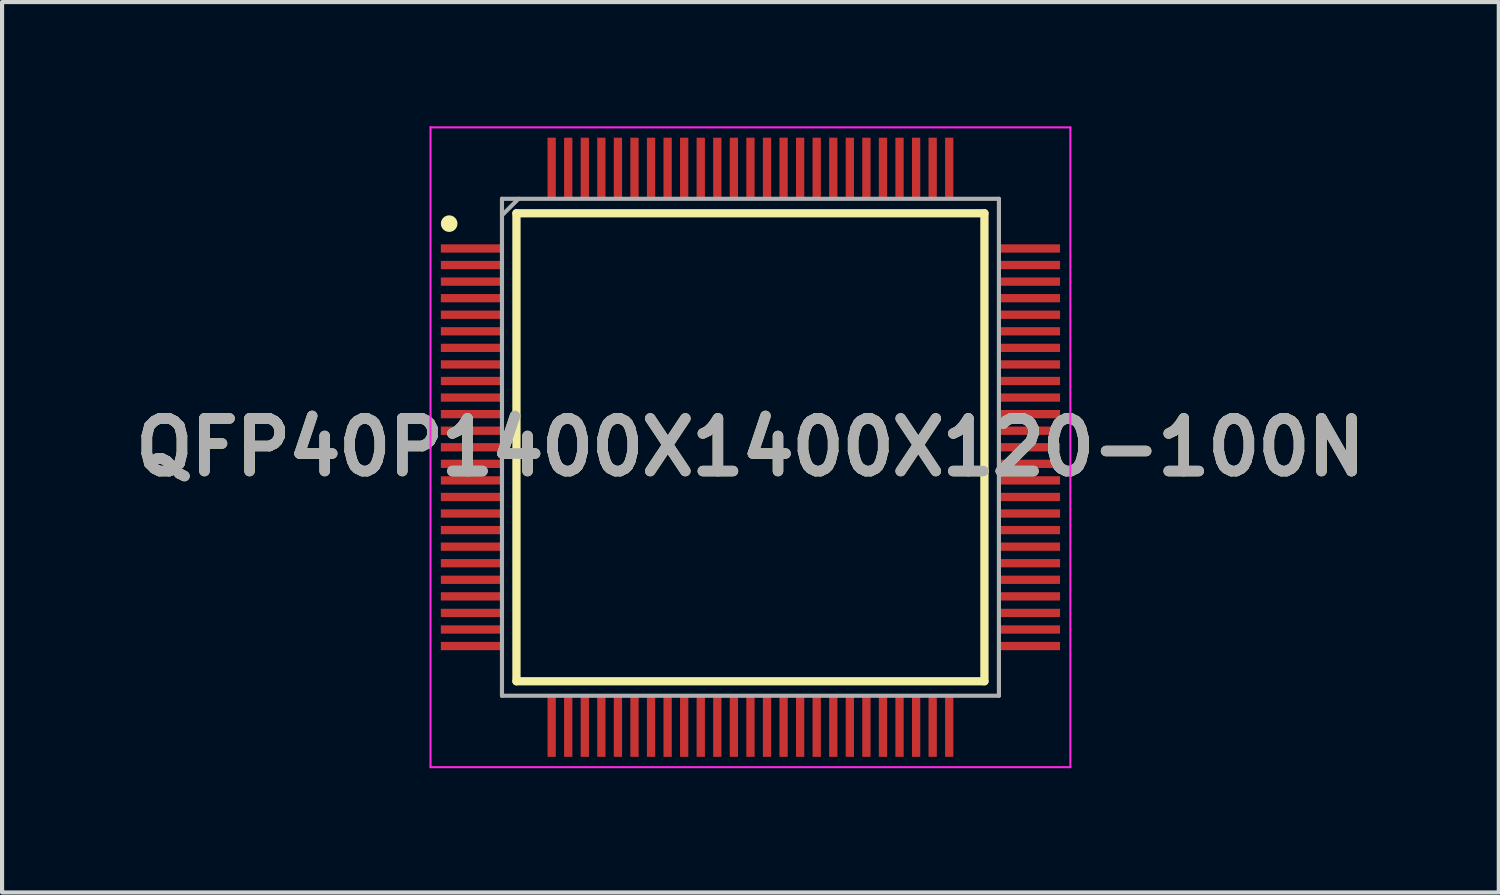
<source format=kicad_pcb>
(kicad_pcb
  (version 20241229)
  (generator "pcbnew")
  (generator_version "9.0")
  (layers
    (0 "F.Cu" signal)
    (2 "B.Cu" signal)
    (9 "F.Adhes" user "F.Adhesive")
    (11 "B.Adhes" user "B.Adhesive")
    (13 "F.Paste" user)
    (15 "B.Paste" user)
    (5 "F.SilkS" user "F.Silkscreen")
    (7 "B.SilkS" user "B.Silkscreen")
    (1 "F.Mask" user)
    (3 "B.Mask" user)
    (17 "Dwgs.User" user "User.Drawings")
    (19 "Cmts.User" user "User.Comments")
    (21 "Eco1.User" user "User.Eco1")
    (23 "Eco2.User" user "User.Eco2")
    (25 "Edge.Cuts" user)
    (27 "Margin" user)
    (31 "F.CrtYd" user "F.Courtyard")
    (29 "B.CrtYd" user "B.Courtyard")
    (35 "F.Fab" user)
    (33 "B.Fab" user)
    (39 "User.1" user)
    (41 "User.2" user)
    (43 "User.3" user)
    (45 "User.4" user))
  (footprint "QFP40P1400X1400X120-100N"
    (layer "F.Cu")
    (at 15.071 7.75)
    (property "Reference" "QFP40P1400X1400X120-100N" (at 0 0 0) (layer "F.SilkS") (effects (font (size 1.27 1.27) (thickness 0.254))))
    (attr smd)
    (fp_line (start -5.65 -5.65) (end 5.65 -5.65) (stroke (width 0.2) (type solid)) (layer "F.SilkS"))
    (fp_line (start -5.65 5.65) (end -5.65 -5.65) (stroke (width 0.2) (type solid)) (layer "F.SilkS"))
    (fp_line (start 5.65 -5.65) (end 5.65 5.65) (stroke (width 0.2) (type solid)) (layer "F.SilkS"))
    (fp_line (start 5.65 5.65) (end -5.65 5.65) (stroke (width 0.2) (type solid)) (layer "F.SilkS"))
    (fp_circle (center -7.275 -5.4) (end -7.275 -5.3) (stroke (width 0.2) (type solid)) (fill no) (layer "F.SilkS"))
    (fp_line (start -7.725 -7.725) (end 7.725 -7.725) (stroke (width 0.05) (type solid)) (layer "F.CrtYd"))
    (fp_line (start -7.725 7.725) (end -7.725 -7.725) (stroke (width 0.05) (type solid)) (layer "F.CrtYd"))
    (fp_line (start 7.725 -7.725) (end 7.725 7.725) (stroke (width 0.05) (type solid)) (layer "F.CrtYd"))
    (fp_line (start 7.725 7.725) (end -7.725 7.725) (stroke (width 0.05) (type solid)) (layer "F.CrtYd"))
    (fp_line (start -6 -6) (end 6 -6) (stroke (width 0.1) (type solid)) (layer "F.Fab"))
    (fp_line (start -6 -5.6) (end -5.6 -6) (stroke (width 0.1) (type solid)) (layer "F.Fab"))
    (fp_line (start -6 6) (end -6 -6) (stroke (width 0.1) (type solid)) (layer "F.Fab"))
    (fp_line (start 6 -6) (end 6 6) (stroke (width 0.1) (type solid)) (layer "F.Fab"))
    (fp_line (start 6 6) (end -6 6) (stroke (width 0.1) (type solid)) (layer "F.Fab"))
    (fp_text user "${REFERENCE}" (at 0 0 0) (layer "F.Fab") (effects (font (size 1.27 1.27) (thickness 0.254))))
    (pad "1" smd rect (at -6.738 -4.8 90) (size 0.2 1.475) (layers "F.Cu" "F.Mask" "F.Paste"))
    (pad "2" smd rect (at -6.738 -4.4 90) (size 0.2 1.475) (layers "F.Cu" "F.Mask" "F.Paste"))
    (pad "3" smd rect (at -6.738 -4 90) (size 0.2 1.475) (layers "F.Cu" "F.Mask" "F.Paste"))
    (pad "4" smd rect (at -6.738 -3.6 90) (size 0.2 1.475) (layers "F.Cu" "F.Mask" "F.Paste"))
    (pad "5" smd rect (at -6.738 -3.2 90) (size 0.2 1.475) (layers "F.Cu" "F.Mask" "F.Paste"))
    (pad "6" smd rect (at -6.738 -2.8 90) (size 0.2 1.475) (layers "F.Cu" "F.Mask" "F.Paste"))
    (pad "7" smd rect (at -6.738 -2.4 90) (size 0.2 1.475) (layers "F.Cu" "F.Mask" "F.Paste"))
    (pad "8" smd rect (at -6.738 -2 90) (size 0.2 1.475) (layers "F.Cu" "F.Mask" "F.Paste"))
    (pad "9" smd rect (at -6.738 -1.6 90) (size 0.2 1.475) (layers "F.Cu" "F.Mask" "F.Paste"))
    (pad "10" smd rect (at -6.738 -1.2 90) (size 0.2 1.475) (layers "F.Cu" "F.Mask" "F.Paste"))
    (pad "11" smd rect (at -6.738 -0.8 90) (size 0.2 1.475) (layers "F.Cu" "F.Mask" "F.Paste"))
    (pad "12" smd rect (at -6.738 -0.4 90) (size 0.2 1.475) (layers "F.Cu" "F.Mask" "F.Paste"))
    (pad "13" smd rect (at -6.738 0 90) (size 0.2 1.475) (layers "F.Cu" "F.Mask" "F.Paste"))
    (pad "14" smd rect (at -6.738 0.4 90) (size 0.2 1.475) (layers "F.Cu" "F.Mask" "F.Paste"))
    (pad "15" smd rect (at -6.738 0.8 90) (size 0.2 1.475) (layers "F.Cu" "F.Mask" "F.Paste"))
    (pad "16" smd rect (at -6.738 1.2 90) (size 0.2 1.475) (layers "F.Cu" "F.Mask" "F.Paste"))
    (pad "17" smd rect (at -6.738 1.6 90) (size 0.2 1.475) (layers "F.Cu" "F.Mask" "F.Paste"))
    (pad "18" smd rect (at -6.738 2 90) (size 0.2 1.475) (layers "F.Cu" "F.Mask" "F.Paste"))
    (pad "19" smd rect (at -6.738 2.4 90) (size 0.2 1.475) (layers "F.Cu" "F.Mask" "F.Paste"))
    (pad "20" smd rect (at -6.738 2.8 90) (size 0.2 1.475) (layers "F.Cu" "F.Mask" "F.Paste"))
    (pad "21" smd rect (at -6.738 3.2 90) (size 0.2 1.475) (layers "F.Cu" "F.Mask" "F.Paste"))
    (pad "22" smd rect (at -6.738 3.6 90) (size 0.2 1.475) (layers "F.Cu" "F.Mask" "F.Paste"))
    (pad "23" smd rect (at -6.738 4 90) (size 0.2 1.475) (layers "F.Cu" "F.Mask" "F.Paste"))
    (pad "24" smd rect (at -6.738 4.4 90) (size 0.2 1.475) (layers "F.Cu" "F.Mask" "F.Paste"))
    (pad "25" smd rect (at -6.738 4.8 90) (size 0.2 1.475) (layers "F.Cu" "F.Mask" "F.Paste"))
    (pad "26" smd rect (at -4.8 6.738) (size 0.2 1.475) (layers "F.Cu" "F.Mask" "F.Paste"))
    (pad "27" smd rect (at -4.4 6.738) (size 0.2 1.475) (layers "F.Cu" "F.Mask" "F.Paste"))
    (pad "28" smd rect (at -4 6.738) (size 0.2 1.475) (layers "F.Cu" "F.Mask" "F.Paste"))
    (pad "29" smd rect (at -3.6 6.738) (size 0.2 1.475) (layers "F.Cu" "F.Mask" "F.Paste"))
    (pad "30" smd rect (at -3.2 6.738) (size 0.2 1.475) (layers "F.Cu" "F.Mask" "F.Paste"))
    (pad "31" smd rect (at -2.8 6.738) (size 0.2 1.475) (layers "F.Cu" "F.Mask" "F.Paste"))
    (pad "32" smd rect (at -2.4 6.738) (size 0.2 1.475) (layers "F.Cu" "F.Mask" "F.Paste"))
    (pad "33" smd rect (at -2 6.738) (size 0.2 1.475) (layers "F.Cu" "F.Mask" "F.Paste"))
    (pad "34" smd rect (at -1.6 6.738) (size 0.2 1.475) (layers "F.Cu" "F.Mask" "F.Paste"))
    (pad "35" smd rect (at -1.2 6.738) (size 0.2 1.475) (layers "F.Cu" "F.Mask" "F.Paste"))
    (pad "36" smd rect (at -0.8 6.738) (size 0.2 1.475) (layers "F.Cu" "F.Mask" "F.Paste"))
    (pad "37" smd rect (at -0.4 6.738) (size 0.2 1.475) (layers "F.Cu" "F.Mask" "F.Paste"))
    (pad "38" smd rect (at 0 6.738) (size 0.2 1.475) (layers "F.Cu" "F.Mask" "F.Paste"))
    (pad "39" smd rect (at 0.4 6.738) (size 0.2 1.475) (layers "F.Cu" "F.Mask" "F.Paste"))
    (pad "40" smd rect (at 0.8 6.738) (size 0.2 1.475) (layers "F.Cu" "F.Mask" "F.Paste"))
    (pad "41" smd rect (at 1.2 6.738) (size 0.2 1.475) (layers "F.Cu" "F.Mask" "F.Paste"))
    (pad "42" smd rect (at 1.6 6.738) (size 0.2 1.475) (layers "F.Cu" "F.Mask" "F.Paste"))
    (pad "43" smd rect (at 2 6.738) (size 0.2 1.475) (layers "F.Cu" "F.Mask" "F.Paste"))
    (pad "44" smd rect (at 2.4 6.738) (size 0.2 1.475) (layers "F.Cu" "F.Mask" "F.Paste"))
    (pad "45" smd rect (at 2.8 6.738) (size 0.2 1.475) (layers "F.Cu" "F.Mask" "F.Paste"))
    (pad "46" smd rect (at 3.2 6.738) (size 0.2 1.475) (layers "F.Cu" "F.Mask" "F.Paste"))
    (pad "47" smd rect (at 3.6 6.738) (size 0.2 1.475) (layers "F.Cu" "F.Mask" "F.Paste"))
    (pad "48" smd rect (at 4 6.738) (size 0.2 1.475) (layers "F.Cu" "F.Mask" "F.Paste"))
    (pad "49" smd rect (at 4.4 6.738) (size 0.2 1.475) (layers "F.Cu" "F.Mask" "F.Paste"))
    (pad "50" smd rect (at 4.8 6.738) (size 0.2 1.475) (layers "F.Cu" "F.Mask" "F.Paste"))
    (pad "51" smd rect (at 6.738 4.8 90) (size 0.2 1.475) (layers "F.Cu" "F.Mask" "F.Paste"))
    (pad "52" smd rect (at 6.738 4.4 90) (size 0.2 1.475) (layers "F.Cu" "F.Mask" "F.Paste"))
    (pad "53" smd rect (at 6.738 4 90) (size 0.2 1.475) (layers "F.Cu" "F.Mask" "F.Paste"))
    (pad "54" smd rect (at 6.738 3.6 90) (size 0.2 1.475) (layers "F.Cu" "F.Mask" "F.Paste"))
    (pad "55" smd rect (at 6.738 3.2 90) (size 0.2 1.475) (layers "F.Cu" "F.Mask" "F.Paste"))
    (pad "56" smd rect (at 6.738 2.8 90) (size 0.2 1.475) (layers "F.Cu" "F.Mask" "F.Paste"))
    (pad "57" smd rect (at 6.738 2.4 90) (size 0.2 1.475) (layers "F.Cu" "F.Mask" "F.Paste"))
    (pad "58" smd rect (at 6.738 2 90) (size 0.2 1.475) (layers "F.Cu" "F.Mask" "F.Paste"))
    (pad "59" smd rect (at 6.738 1.6 90) (size 0.2 1.475) (layers "F.Cu" "F.Mask" "F.Paste"))
    (pad "60" smd rect (at 6.738 1.2 90) (size 0.2 1.475) (layers "F.Cu" "F.Mask" "F.Paste"))
    (pad "61" smd rect (at 6.738 0.8 90) (size 0.2 1.475) (layers "F.Cu" "F.Mask" "F.Paste"))
    (pad "62" smd rect (at 6.738 0.4 90) (size 0.2 1.475) (layers "F.Cu" "F.Mask" "F.Paste"))
    (pad "63" smd rect (at 6.738 0 90) (size 0.2 1.475) (layers "F.Cu" "F.Mask" "F.Paste"))
    (pad "64" smd rect (at 6.738 -0.4 90) (size 0.2 1.475) (layers "F.Cu" "F.Mask" "F.Paste"))
    (pad "65" smd rect (at 6.738 -0.8 90) (size 0.2 1.475) (layers "F.Cu" "F.Mask" "F.Paste"))
    (pad "66" smd rect (at 6.738 -1.2 90) (size 0.2 1.475) (layers "F.Cu" "F.Mask" "F.Paste"))
    (pad "67" smd rect (at 6.738 -1.6 90) (size 0.2 1.475) (layers "F.Cu" "F.Mask" "F.Paste"))
    (pad "68" smd rect (at 6.738 -2 90) (size 0.2 1.475) (layers "F.Cu" "F.Mask" "F.Paste"))
    (pad "69" smd rect (at 6.738 -2.4 90) (size 0.2 1.475) (layers "F.Cu" "F.Mask" "F.Paste"))
    (pad "70" smd rect (at 6.738 -2.8 90) (size 0.2 1.475) (layers "F.Cu" "F.Mask" "F.Paste"))
    (pad "71" smd rect (at 6.738 -3.2 90) (size 0.2 1.475) (layers "F.Cu" "F.Mask" "F.Paste"))
    (pad "72" smd rect (at 6.738 -3.6 90) (size 0.2 1.475) (layers "F.Cu" "F.Mask" "F.Paste"))
    (pad "73" smd rect (at 6.738 -4 90) (size 0.2 1.475) (layers "F.Cu" "F.Mask" "F.Paste"))
    (pad "74" smd rect (at 6.738 -4.4 90) (size 0.2 1.475) (layers "F.Cu" "F.Mask" "F.Paste"))
    (pad "75" smd rect (at 6.738 -4.8 90) (size 0.2 1.475) (layers "F.Cu" "F.Mask" "F.Paste"))
    (pad "76" smd rect (at 4.8 -6.738) (size 0.2 1.475) (layers "F.Cu" "F.Mask" "F.Paste"))
    (pad "77" smd rect (at 4.4 -6.738) (size 0.2 1.475) (layers "F.Cu" "F.Mask" "F.Paste"))
    (pad "78" smd rect (at 4 -6.738) (size 0.2 1.475) (layers "F.Cu" "F.Mask" "F.Paste"))
    (pad "79" smd rect (at 3.6 -6.738) (size 0.2 1.475) (layers "F.Cu" "F.Mask" "F.Paste"))
    (pad "80" smd rect (at 3.2 -6.738) (size 0.2 1.475) (layers "F.Cu" "F.Mask" "F.Paste"))
    (pad "81" smd rect (at 2.8 -6.738) (size 0.2 1.475) (layers "F.Cu" "F.Mask" "F.Paste"))
    (pad "82" smd rect (at 2.4 -6.738) (size 0.2 1.475) (layers "F.Cu" "F.Mask" "F.Paste"))
    (pad "83" smd rect (at 2 -6.738) (size 0.2 1.475) (layers "F.Cu" "F.Mask" "F.Paste"))
    (pad "84" smd rect (at 1.6 -6.738) (size 0.2 1.475) (layers "F.Cu" "F.Mask" "F.Paste"))
    (pad "85" smd rect (at 1.2 -6.738) (size 0.2 1.475) (layers "F.Cu" "F.Mask" "F.Paste"))
    (pad "86" smd rect (at 0.8 -6.738) (size 0.2 1.475) (layers "F.Cu" "F.Mask" "F.Paste"))
    (pad "87" smd rect (at 0.4 -6.738) (size 0.2 1.475) (layers "F.Cu" "F.Mask" "F.Paste"))
    (pad "88" smd rect (at 0 -6.738) (size 0.2 1.475) (layers "F.Cu" "F.Mask" "F.Paste"))
    (pad "89" smd rect (at -0.4 -6.738) (size 0.2 1.475) (layers "F.Cu" "F.Mask" "F.Paste"))
    (pad "90" smd rect (at -0.8 -6.738) (size 0.2 1.475) (layers "F.Cu" "F.Mask" "F.Paste"))
    (pad "91" smd rect (at -1.2 -6.738) (size 0.2 1.475) (layers "F.Cu" "F.Mask" "F.Paste"))
    (pad "92" smd rect (at -1.6 -6.738) (size 0.2 1.475) (layers "F.Cu" "F.Mask" "F.Paste"))
    (pad "93" smd rect (at -2 -6.738) (size 0.2 1.475) (layers "F.Cu" "F.Mask" "F.Paste"))
    (pad "94" smd rect (at -2.4 -6.738) (size 0.2 1.475) (layers "F.Cu" "F.Mask" "F.Paste"))
    (pad "95" smd rect (at -2.8 -6.738) (size 0.2 1.475) (layers "F.Cu" "F.Mask" "F.Paste"))
    (pad "96" smd rect (at -3.2 -6.738) (size 0.2 1.475) (layers "F.Cu" "F.Mask" "F.Paste"))
    (pad "97" smd rect (at -3.6 -6.738) (size 0.2 1.475) (layers "F.Cu" "F.Mask" "F.Paste"))
    (pad "98" smd rect (at -4 -6.738) (size 0.2 1.475) (layers "F.Cu" "F.Mask" "F.Paste"))
    (pad "99" smd rect (at -4.4 -6.738) (size 0.2 1.475) (layers "F.Cu" "F.Mask" "F.Paste"))
    (pad "100" smd rect (at -4.8 -6.738) (size 0.2 1.475) (layers "F.Cu" "F.Mask" "F.Paste")))
  (gr_rect
    (start -3 -3)
    (end 33.141 18.5)
    (stroke (width 0.1) (type default))
    (fill no)
    (layer "Edge.Cuts")))
</source>
